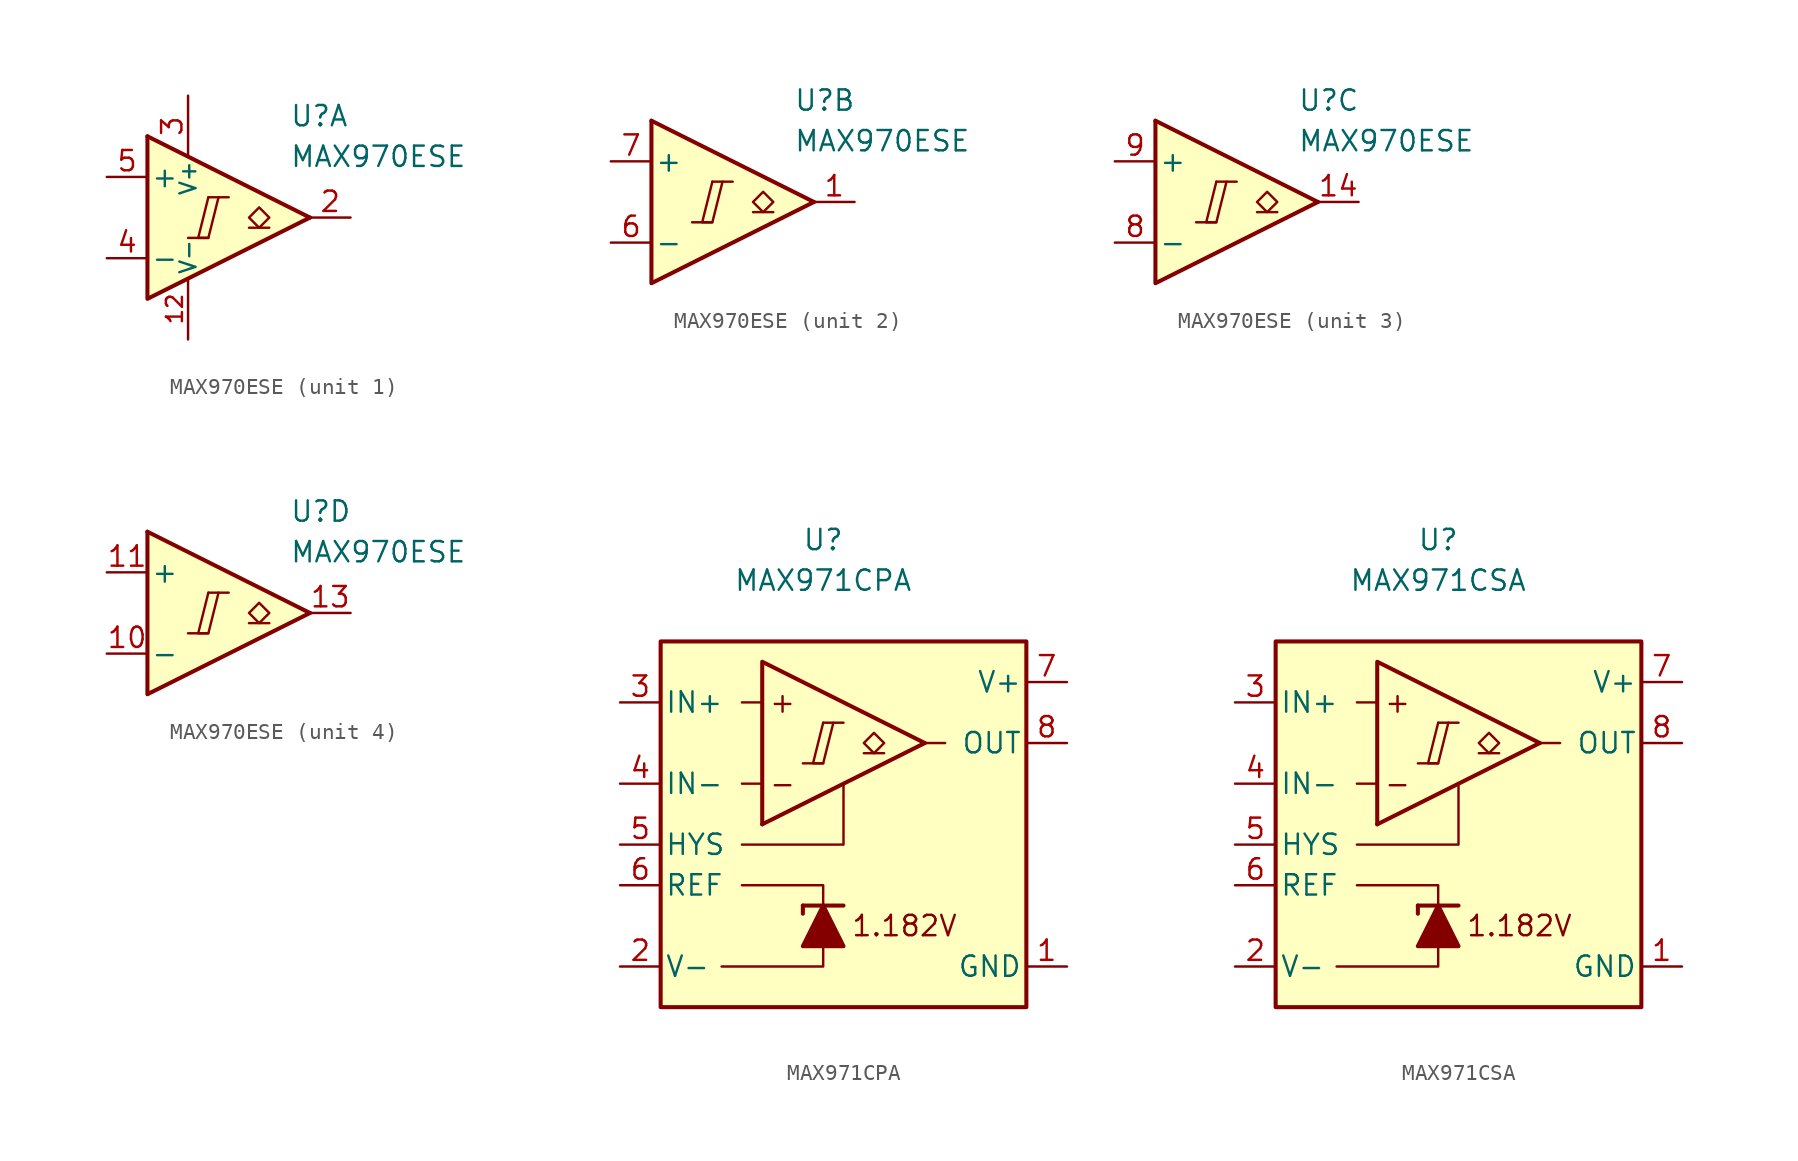
<source format=kicad_sym>
(kicad_symbol_lib
  (version 20231120)
  (generator "kicad_symbol_editor")
  (generator_version "8.0")
  (symbol "MAX970ESE"
    (pin_names
      (offset 0.2))
    (property "Reference" "U"
      (at 5.08 6.35 0)
      (effects (font (size 1.27 1.27)) (justify left)))
    (property "Value" "MAX970ESE"
      (at 5.08 3.81 0)
      (effects (font (size 1.27 1.27)) (justify left)))
    (property "ki_locked" ""
      (at 0 0 0)
      (effects (font (size 1.27 1.27))))
    (symbol "MAX970ESE_1_0"
      (polyline (pts (xy -1.27 -1.27) (xy 0 -1.27)) (stroke (width 0.152) (type default)) (fill (type none)))
      (polyline (pts (xy 0 1.27) (xy 1.27 1.27)) (stroke (width 0.152) (type default)) (fill (type none)))
      (polyline (pts (xy 0 1.27) (xy -0.635 -1.27) (xy 0 -1.27) (xy 0.635 1.27)) (stroke (width 0.152) (type default)) (fill (type none))))
    (symbol "MAX970ESE_1_1"
      (polyline (pts (xy -3.81 5.08) (xy 6.35 0)) (stroke (width 0.254) (type default)) (fill (type none)))
      (polyline (pts (xy 3.81 -0.635) (xy 2.54 -0.635)) (stroke (width 0.152) (type default)) (fill (type none)))
      (polyline (pts (xy -3.81 5.08) (xy -3.81 -5.08) (xy 6.35 0)) (stroke (width 0.254) (type default)) (fill (type background)))
      (polyline (pts (xy 3.175 -0.635) (xy 2.54 0) (xy 3.175 0.635) (xy 3.81 0) (xy 3.175 -0.635)) (stroke (width 0.152) (type default)) (fill (type none)))
      (pin power_in line (at -1.27 -7.62 90) (length 3.81) (name "V-" (effects (font (size 1 1)))) (number "12" (effects (font (size 1 1)))))
      (pin output line (at 8.89 0 180) (length 2.54) (name "~" (effects (font (size 1.27 1.27)))) (number "2" (effects (font (size 1.27 1.27)))))
      (pin power_in line (at -1.27 7.62 270) (length 3.81) (name "V+" (effects (font (size 1 1)))) (number "3" (effects (font (size 1.27 1.27)))))
      (pin input line (at -6.35 -2.54 0) (length 2.54) (name "-" (effects (font (size 1.27 1.27)))) (number "4" (effects (font (size 1.27 1.27)))))
      (pin input line (at -6.35 2.54 0) (length 2.54) (name "+" (effects (font (size 1.27 1.27)))) (number "5" (effects (font (size 1.27 1.27))))))
    (symbol "MAX970ESE_2_0"
      (polyline (pts (xy -1.27 -1.27) (xy 0 -1.27)) (stroke (width 0.152) (type default)) (fill (type none)))
      (polyline (pts (xy 0 1.27) (xy 1.27 1.27)) (stroke (width 0.152) (type default)) (fill (type none)))
      (polyline (pts (xy 0 1.27) (xy -0.635 -1.27) (xy 0 -1.27) (xy 0.635 1.27)) (stroke (width 0.152) (type default)) (fill (type none))))
    (symbol "MAX970ESE_2_1"
      (polyline (pts (xy -3.81 5.08) (xy 6.35 0)) (stroke (width 0.254) (type default)) (fill (type none)))
      (polyline (pts (xy 3.81 -0.635) (xy 2.54 -0.635)) (stroke (width 0.152) (type default)) (fill (type none)))
      (polyline (pts (xy -3.81 5.08) (xy -3.81 -5.08) (xy 6.35 0)) (stroke (width 0.254) (type default)) (fill (type background)))
      (polyline (pts (xy 3.175 -0.635) (xy 2.54 0) (xy 3.175 0.635) (xy 3.81 0) (xy 3.175 -0.635)) (stroke (width 0.152) (type default)) (fill (type none)))
      (pin output line (at 8.89 0 180) (length 2.54) (name "~" (effects (font (size 1.27 1.27)))) (number "1" (effects (font (size 1.27 1.27)))))
      (pin input line (at -6.35 -2.54 0) (length 2.54) (name "-" (effects (font (size 1.27 1.27)))) (number "6" (effects (font (size 1.27 1.27)))))
      (pin input line (at -6.35 2.54 0) (length 2.54) (name "+" (effects (font (size 1.27 1.27)))) (number "7" (effects (font (size 1.27 1.27))))))
    (symbol "MAX970ESE_3_0"
      (polyline (pts (xy -1.27 -1.27) (xy 0 -1.27)) (stroke (width 0.152) (type default)) (fill (type none)))
      (polyline (pts (xy 0 1.27) (xy 1.27 1.27)) (stroke (width 0.152) (type default)) (fill (type none)))
      (polyline (pts (xy 0 1.27) (xy -0.635 -1.27) (xy 0 -1.27) (xy 0.635 1.27)) (stroke (width 0.152) (type default)) (fill (type none))))
    (symbol "MAX970ESE_3_1"
      (polyline (pts (xy -3.81 5.08) (xy 6.35 0)) (stroke (width 0.254) (type default)) (fill (type none)))
      (polyline (pts (xy 3.81 -0.635) (xy 2.54 -0.635)) (stroke (width 0.152) (type default)) (fill (type none)))
      (polyline (pts (xy -3.81 5.08) (xy -3.81 -5.08) (xy 6.35 0)) (stroke (width 0.254) (type default)) (fill (type background)))
      (polyline (pts (xy 3.175 -0.635) (xy 2.54 0) (xy 3.175 0.635) (xy 3.81 0) (xy 3.175 -0.635)) (stroke (width 0.152) (type default)) (fill (type none)))
      (pin output line (at 8.89 0 180) (length 2.54) (name "~" (effects (font (size 1.27 1.27)))) (number "14" (effects (font (size 1.27 1.27)))))
      (pin input line (at -6.35 -2.54 0) (length 2.54) (name "-" (effects (font (size 1.27 1.27)))) (number "8" (effects (font (size 1.27 1.27)))))
      (pin input line (at -6.35 2.54 0) (length 2.54) (name "+" (effects (font (size 1.27 1.27)))) (number "9" (effects (font (size 1.27 1.27))))))
    (symbol "MAX970ESE_4_0"
      (polyline (pts (xy -1.27 -1.27) (xy 0 -1.27)) (stroke (width 0.152) (type default)) (fill (type none)))
      (polyline (pts (xy 0 1.27) (xy 1.27 1.27)) (stroke (width 0.152) (type default)) (fill (type none)))
      (polyline (pts (xy 0 1.27) (xy -0.635 -1.27) (xy 0 -1.27) (xy 0.635 1.27)) (stroke (width 0.152) (type default)) (fill (type none))))
    (symbol "MAX970ESE_4_1"
      (polyline (pts (xy -3.81 5.08) (xy 6.35 0)) (stroke (width 0.254) (type default)) (fill (type none)))
      (polyline (pts (xy 3.81 -0.635) (xy 2.54 -0.635)) (stroke (width 0.152) (type default)) (fill (type none)))
      (polyline (pts (xy -3.81 5.08) (xy -3.81 -5.08) (xy 6.35 0)) (stroke (width 0.254) (type default)) (fill (type background)))
      (polyline (pts (xy 3.175 -0.635) (xy 2.54 0) (xy 3.175 0.635) (xy 3.81 0) (xy 3.175 -0.635)) (stroke (width 0.152) (type default)) (fill (type none)))
      (pin input line (at -6.35 -2.54 0) (length 2.54) (name "-" (effects (font (size 1.27 1.27)))) (number "10" (effects (font (size 1.27 1.27)))))
      (pin input line (at -6.35 2.54 0) (length 2.54) (name "+" (effects (font (size 1.27 1.27)))) (number "11" (effects (font (size 1.27 1.27)))))
      (pin output line (at 8.89 0 180) (length 2.54) (name "~" (effects (font (size 1.27 1.27)))) (number "13" (effects (font (size 1.27 1.27)))))))
  (symbol "MAX971CPA"
    (pin_names
      (offset 0.254))
    (property "Reference" "U"
      (at 0 16.51 0)
      (effects (font (size 1.27 1.27))))
    (property "Value" "MAX971CPA"
      (at 0 13.97 0)
      (effects (font (size 1.27 1.27))))
    (symbol "MAX971CPA_0_0"
      (polyline (pts (xy -1.27 2.54) (xy 0 2.54)) (stroke (width 0.152) (type default)) (fill (type none)))
      (polyline (pts (xy 0 5.08) (xy 1.27 5.08)) (stroke (width 0.152) (type default)) (fill (type none)))
      (polyline (pts (xy 6.35 3.81) (xy -3.81 -1.27)) (stroke (width 0.254) (type default)) (fill (type none)))
      (polyline (pts (xy 6.35 3.81) (xy -3.81 8.89) (xy -3.81 -1.27)) (stroke (width 0.254) (type default)) (fill (type background)))
      (polyline (pts (xy 0 5.08) (xy -0.635 2.54) (xy 0 2.54) (xy 0.635 5.08)) (stroke (width 0.152) (type default)) (fill (type none)))
      (text "+" (at -2.54 6.35 0) (effects (font (size 1.27 1.27))))
      (text "-" (at -2.54 1.27 0) (effects (font (size 1.27 1.27))))
      (text "1.182V" (at 5.08 -7.62 0) (effects (font (size 1.27 1.27)))))
    (symbol "MAX971CPA_0_1"
      (polyline (pts (xy -3.81 1.27) (xy -5.08 1.27)) (stroke (width 0) (type default)) (fill (type none)))
      (polyline (pts (xy -3.81 6.35) (xy -5.08 6.35)) (stroke (width 0) (type default)) (fill (type none)))
      (polyline (pts (xy -1.27 -6.35) (xy -1.27 -6.858)) (stroke (width 0.254) (type default)) (fill (type none)))
      (polyline (pts (xy -1.27 -6.35) (xy 1.27 -6.35)) (stroke (width 0.254) (type default)) (fill (type none)))
      (polyline (pts (xy 6.35 3.81) (xy 7.62 3.81)) (stroke (width 0) (type default)) (fill (type none)))
      (polyline (pts (xy 0 -8.89) (xy 0 -10.16) (xy -6.35 -10.16)) (stroke (width 0) (type default)) (fill (type none)))
      (polyline (pts (xy 0 -6.35) (xy 0 -5.08) (xy -5.08 -5.08)) (stroke (width 0) (type default)) (fill (type none)))
      (polyline (pts (xy 1.27 1.27) (xy 1.27 -2.54) (xy -5.08 -2.54)) (stroke (width 0) (type default)) (fill (type none)))
      (polyline (pts (xy 1.27 -8.89) (xy -1.27 -8.89) (xy 0 -6.35) (xy 1.27 -8.89)) (stroke (width 0.254) (type default)) (fill (type outline)))
      (rectangle (start 12.7 10.16) (end -10.16 -12.7) (stroke (width 0.254) (type default)) (fill (type background))))
    (symbol "MAX971CPA_1_1"
      (polyline (pts (xy 3.81 3.175) (xy 2.54 3.175)) (stroke (width 0.152) (type default)) (fill (type none)))
      (polyline (pts (xy 3.175 3.175) (xy 2.54 3.81) (xy 3.175 4.445) (xy 3.81 3.81) (xy 3.175 3.175)) (stroke (width 0.152) (type default)) (fill (type none)))
      (pin power_in line (at 15.24 -10.16 180) (length 2.54) (name "GND" (effects (font (size 1.27 1.27)))) (number "1" (effects (font (size 1.27 1.27)))))
      (pin power_in line (at -12.7 -10.16 0) (length 2.54) (name "V-" (effects (font (size 1.27 1.27)))) (number "2" (effects (font (size 1.27 1.27)))))
      (pin input line (at -12.7 6.35 0) (length 2.54) (name "IN+" (effects (font (size 1.27 1.27)))) (number "3" (effects (font (size 1.27 1.27)))))
      (pin input line (at -12.7 1.27 0) (length 2.54) (name "IN-" (effects (font (size 1.27 1.27)))) (number "4" (effects (font (size 1.27 1.27)))))
      (pin input line (at -12.7 -2.54 0) (length 2.54) (name "HYS" (effects (font (size 1.27 1.27)))) (number "5" (effects (font (size 1.27 1.27)))))
      (pin output line (at -12.7 -5.08 0) (length 2.54) (name "REF" (effects (font (size 1.27 1.27)))) (number "6" (effects (font (size 1.27 1.27)))))
      (pin power_in line (at 15.24 7.62 180) (length 2.54) (name "V+" (effects (font (size 1.27 1.27)))) (number "7" (effects (font (size 1.27 1.27)))))
      (pin open_collector line (at 15.24 3.81 180) (length 2.54) (name "OUT" (effects (font (size 1.27 1.27)))) (number "8" (effects (font (size 1.27 1.27)))))))
  (symbol "MAX971CSA"
    (pin_names
      (offset 0.254))
    (property "Reference" "U"
      (at 0 16.51 0)
      (effects (font (size 1.27 1.27))))
    (property "Value" "MAX971CSA"
      (at 0 13.97 0)
      (effects (font (size 1.27 1.27))))
    (symbol "MAX971CSA_0_0"
      (polyline (pts (xy -1.27 2.54) (xy 0 2.54)) (stroke (width 0.152) (type default)) (fill (type none)))
      (polyline (pts (xy 0 5.08) (xy 1.27 5.08)) (stroke (width 0.152) (type default)) (fill (type none)))
      (polyline (pts (xy 6.35 3.81) (xy -3.81 -1.27)) (stroke (width 0.254) (type default)) (fill (type none)))
      (polyline (pts (xy 6.35 3.81) (xy -3.81 8.89) (xy -3.81 -1.27)) (stroke (width 0.254) (type default)) (fill (type background)))
      (polyline (pts (xy 0 5.08) (xy -0.635 2.54) (xy 0 2.54) (xy 0.635 5.08)) (stroke (width 0.152) (type default)) (fill (type none)))
      (text "+" (at -2.54 6.35 0) (effects (font (size 1.27 1.27))))
      (text "-" (at -2.54 1.27 0) (effects (font (size 1.27 1.27))))
      (text "1.182V" (at 5.08 -7.62 0) (effects (font (size 1.27 1.27)))))
    (symbol "MAX971CSA_0_1"
      (polyline (pts (xy -3.81 1.27) (xy -5.08 1.27)) (stroke (width 0) (type default)) (fill (type none)))
      (polyline (pts (xy -3.81 6.35) (xy -5.08 6.35)) (stroke (width 0) (type default)) (fill (type none)))
      (polyline (pts (xy -1.27 -6.35) (xy -1.27 -6.858)) (stroke (width 0.254) (type default)) (fill (type none)))
      (polyline (pts (xy -1.27 -6.35) (xy 1.27 -6.35)) (stroke (width 0.254) (type default)) (fill (type none)))
      (polyline (pts (xy 6.35 3.81) (xy 7.62 3.81)) (stroke (width 0) (type default)) (fill (type none)))
      (polyline (pts (xy 0 -8.89) (xy 0 -10.16) (xy -6.35 -10.16)) (stroke (width 0) (type default)) (fill (type none)))
      (polyline (pts (xy 0 -6.35) (xy 0 -5.08) (xy -5.08 -5.08)) (stroke (width 0) (type default)) (fill (type none)))
      (polyline (pts (xy 1.27 1.27) (xy 1.27 -2.54) (xy -5.08 -2.54)) (stroke (width 0) (type default)) (fill (type none)))
      (polyline (pts (xy 1.27 -8.89) (xy -1.27 -8.89) (xy 0 -6.35) (xy 1.27 -8.89)) (stroke (width 0.254) (type default)) (fill (type outline)))
      (rectangle (start 12.7 10.16) (end -10.16 -12.7) (stroke (width 0.254) (type default)) (fill (type background))))
    (symbol "MAX971CSA_1_1"
      (polyline (pts (xy 3.81 3.175) (xy 2.54 3.175)) (stroke (width 0.152) (type default)) (fill (type none)))
      (polyline (pts (xy 3.175 3.175) (xy 2.54 3.81) (xy 3.175 4.445) (xy 3.81 3.81) (xy 3.175 3.175)) (stroke (width 0.152) (type default)) (fill (type none)))
      (pin power_in line (at 15.24 -10.16 180) (length 2.54) (name "GND" (effects (font (size 1.27 1.27)))) (number "1" (effects (font (size 1.27 1.27)))))
      (pin power_in line (at -12.7 -10.16 0) (length 2.54) (name "V-" (effects (font (size 1.27 1.27)))) (number "2" (effects (font (size 1.27 1.27)))))
      (pin input line (at -12.7 6.35 0) (length 2.54) (name "IN+" (effects (font (size 1.27 1.27)))) (number "3" (effects (font (size 1.27 1.27)))))
      (pin input line (at -12.7 1.27 0) (length 2.54) (name "IN-" (effects (font (size 1.27 1.27)))) (number "4" (effects (font (size 1.27 1.27)))))
      (pin input line (at -12.7 -2.54 0) (length 2.54) (name "HYS" (effects (font (size 1.27 1.27)))) (number "5" (effects (font (size 1.27 1.27)))))
      (pin output line (at -12.7 -5.08 0) (length 2.54) (name "REF" (effects (font (size 1.27 1.27)))) (number "6" (effects (font (size 1.27 1.27)))))
      (pin power_in line (at 15.24 7.62 180) (length 2.54) (name "V+" (effects (font (size 1.27 1.27)))) (number "7" (effects (font (size 1.27 1.27)))))
      (pin open_collector line (at 15.24 3.81 180) (length 2.54) (name "OUT" (effects (font (size 1.27 1.27)))) (number "8" (effects (font (size 1.27 1.27))))))))
</source>
